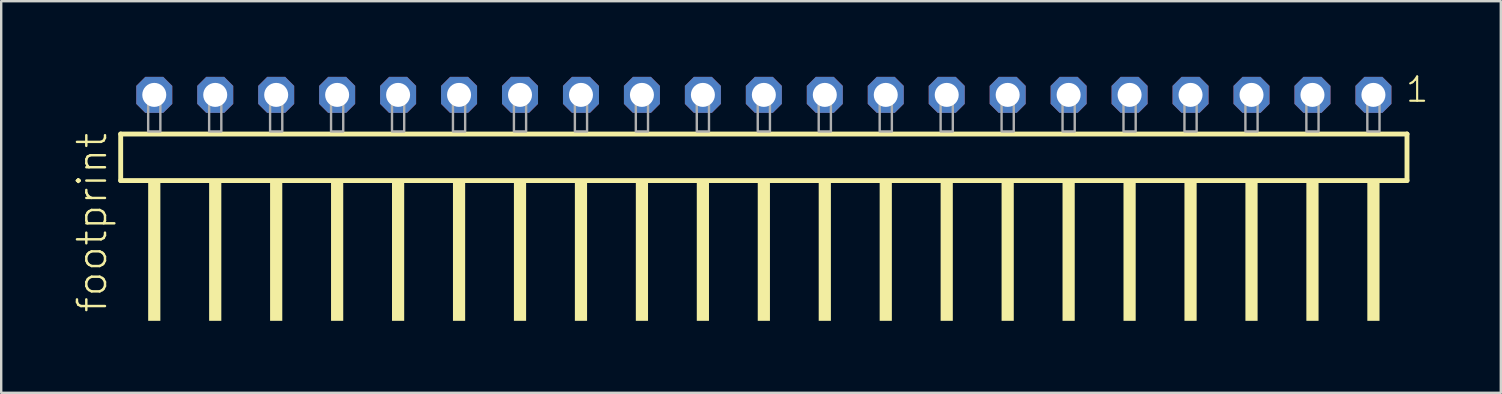
<source format=kicad_pcb>
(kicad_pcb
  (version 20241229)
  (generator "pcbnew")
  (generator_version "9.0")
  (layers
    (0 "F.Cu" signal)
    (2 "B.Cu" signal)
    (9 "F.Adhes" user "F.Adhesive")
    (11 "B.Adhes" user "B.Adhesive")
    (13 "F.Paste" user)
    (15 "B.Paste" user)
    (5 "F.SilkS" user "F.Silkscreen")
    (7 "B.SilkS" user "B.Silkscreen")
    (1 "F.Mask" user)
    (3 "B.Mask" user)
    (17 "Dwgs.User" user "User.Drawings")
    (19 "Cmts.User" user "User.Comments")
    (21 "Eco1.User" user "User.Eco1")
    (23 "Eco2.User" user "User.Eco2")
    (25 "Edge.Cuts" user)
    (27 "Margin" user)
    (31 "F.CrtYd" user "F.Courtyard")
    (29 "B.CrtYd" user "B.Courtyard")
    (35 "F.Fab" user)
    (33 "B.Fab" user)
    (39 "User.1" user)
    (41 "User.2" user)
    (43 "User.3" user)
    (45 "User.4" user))
  (footprint "footprint"
    (layer "F.Cu")
    (at 28.778 2.428)
    (property "Reference" "footprint" (at -27.305 7.62 90) (layer "F.SilkS") (effects (font (size 1.168 1.168) (thickness 0.102)) (justify left bottom)))
    (fp_line (start -26.799 0.106) (end -26.799 2.046) (stroke (width 0.203) (type solid)) (layer "F.SilkS"))
    (fp_line (start -26.799 2.046) (end 26.799 2.046) (stroke (width 0.203) (type solid)) (layer "F.SilkS"))
    (fp_line (start 26.799 0.106) (end -26.799 0.106) (stroke (width 0.203) (type solid)) (layer "F.SilkS"))
    (fp_line (start 26.799 2.046) (end 26.799 0.106) (stroke (width 0.203) (type solid)) (layer "F.SilkS"))
    (fp_poly (pts (xy -25.654 7.89) (xy -25.146 7.89) (xy -25.146 2.04) (xy -25.654 2.04)) (stroke (width 0) (type solid)) (fill yes) (layer "F.SilkS"))
    (fp_poly (pts (xy -23.114 7.89) (xy -22.606 7.89) (xy -22.606 2.04) (xy -23.114 2.04)) (stroke (width 0) (type solid)) (fill yes) (layer "F.SilkS"))
    (fp_poly (pts (xy -20.574 7.89) (xy -20.066 7.89) (xy -20.066 2.04) (xy -20.574 2.04)) (stroke (width 0) (type solid)) (fill yes) (layer "F.SilkS"))
    (fp_poly (pts (xy -18.034 7.89) (xy -17.526 7.89) (xy -17.526 2.04) (xy -18.034 2.04)) (stroke (width 0) (type solid)) (fill yes) (layer "F.SilkS"))
    (fp_poly (pts (xy -15.494 7.89) (xy -14.986 7.89) (xy -14.986 2.04) (xy -15.494 2.04)) (stroke (width 0) (type solid)) (fill yes) (layer "F.SilkS"))
    (fp_poly (pts (xy -12.954 7.89) (xy -12.446 7.89) (xy -12.446 2.04) (xy -12.954 2.04)) (stroke (width 0) (type solid)) (fill yes) (layer "F.SilkS"))
    (fp_poly (pts (xy -10.414 7.89) (xy -9.906 7.89) (xy -9.906 2.04) (xy -10.414 2.04)) (stroke (width 0) (type solid)) (fill yes) (layer "F.SilkS"))
    (fp_poly (pts (xy -7.874 7.89) (xy -7.366 7.89) (xy -7.366 2.04) (xy -7.874 2.04)) (stroke (width 0) (type solid)) (fill yes) (layer "F.SilkS"))
    (fp_poly (pts (xy -5.334 7.89) (xy -4.826 7.89) (xy -4.826 2.04) (xy -5.334 2.04)) (stroke (width 0) (type solid)) (fill yes) (layer "F.SilkS"))
    (fp_poly (pts (xy -2.794 7.89) (xy -2.286 7.89) (xy -2.286 2.04) (xy -2.794 2.04)) (stroke (width 0) (type solid)) (fill yes) (layer "F.SilkS"))
    (fp_poly (pts (xy -0.254 7.89) (xy 0.254 7.89) (xy 0.254 2.04) (xy -0.254 2.04)) (stroke (width 0) (type solid)) (fill yes) (layer "F.SilkS"))
    (fp_poly (pts (xy 2.286 7.89) (xy 2.794 7.89) (xy 2.794 2.04) (xy 2.286 2.04)) (stroke (width 0) (type solid)) (fill yes) (layer "F.SilkS"))
    (fp_poly (pts (xy 4.826 7.89) (xy 5.334 7.89) (xy 5.334 2.04) (xy 4.826 2.04)) (stroke (width 0) (type solid)) (fill yes) (layer "F.SilkS"))
    (fp_poly (pts (xy 7.366 7.89) (xy 7.874 7.89) (xy 7.874 2.04) (xy 7.366 2.04)) (stroke (width 0) (type solid)) (fill yes) (layer "F.SilkS"))
    (fp_poly (pts (xy 9.906 7.89) (xy 10.414 7.89) (xy 10.414 2.04) (xy 9.906 2.04)) (stroke (width 0) (type solid)) (fill yes) (layer "F.SilkS"))
    (fp_poly (pts (xy 12.446 7.89) (xy 12.954 7.89) (xy 12.954 2.04) (xy 12.446 2.04)) (stroke (width 0) (type solid)) (fill yes) (layer "F.SilkS"))
    (fp_poly (pts (xy 14.986 7.89) (xy 15.494 7.89) (xy 15.494 2.04) (xy 14.986 2.04)) (stroke (width 0) (type solid)) (fill yes) (layer "F.SilkS"))
    (fp_poly (pts (xy 17.526 7.89) (xy 18.034 7.89) (xy 18.034 2.04) (xy 17.526 2.04)) (stroke (width 0) (type solid)) (fill yes) (layer "F.SilkS"))
    (fp_poly (pts (xy 20.066 7.89) (xy 20.574 7.89) (xy 20.574 2.04) (xy 20.066 2.04)) (stroke (width 0) (type solid)) (fill yes) (layer "F.SilkS"))
    (fp_poly (pts (xy 22.606 7.89) (xy 23.114 7.89) (xy 23.114 2.04) (xy 22.606 2.04)) (stroke (width 0) (type solid)) (fill yes) (layer "F.SilkS"))
    (fp_poly (pts (xy 25.146 7.89) (xy 25.654 7.89) (xy 25.654 2.04) (xy 25.146 2.04)) (stroke (width 0) (type solid)) (fill yes) (layer "F.SilkS"))
    (fp_poly (pts (xy -25.654 0) (xy -25.146 0) (xy -25.146 -1.778) (xy -25.654 -1.778)) (stroke (width 0.1) (type solid)) (fill no) (layer "F.Fab"))
    (fp_poly (pts (xy -23.114 0) (xy -22.606 0) (xy -22.606 -1.778) (xy -23.114 -1.778)) (stroke (width 0.1) (type solid)) (fill no) (layer "F.Fab"))
    (fp_poly (pts (xy -20.574 0) (xy -20.066 0) (xy -20.066 -1.778) (xy -20.574 -1.778)) (stroke (width 0.1) (type solid)) (fill no) (layer "F.Fab"))
    (fp_poly (pts (xy -18.034 0) (xy -17.526 0) (xy -17.526 -1.778) (xy -18.034 -1.778)) (stroke (width 0.1) (type solid)) (fill no) (layer "F.Fab"))
    (fp_poly (pts (xy -15.494 0) (xy -14.986 0) (xy -14.986 -1.778) (xy -15.494 -1.778)) (stroke (width 0.1) (type solid)) (fill no) (layer "F.Fab"))
    (fp_poly (pts (xy -12.954 0) (xy -12.446 0) (xy -12.446 -1.778) (xy -12.954 -1.778)) (stroke (width 0.1) (type solid)) (fill no) (layer "F.Fab"))
    (fp_poly (pts (xy -10.414 0) (xy -9.906 0) (xy -9.906 -1.778) (xy -10.414 -1.778)) (stroke (width 0.1) (type solid)) (fill no) (layer "F.Fab"))
    (fp_poly (pts (xy -7.874 0) (xy -7.366 0) (xy -7.366 -1.778) (xy -7.874 -1.778)) (stroke (width 0.1) (type solid)) (fill no) (layer "F.Fab"))
    (fp_poly (pts (xy -5.334 0) (xy -4.826 0) (xy -4.826 -1.778) (xy -5.334 -1.778)) (stroke (width 0.1) (type solid)) (fill no) (layer "F.Fab"))
    (fp_poly (pts (xy -2.794 0) (xy -2.286 0) (xy -2.286 -1.778) (xy -2.794 -1.778)) (stroke (width 0.1) (type solid)) (fill no) (layer "F.Fab"))
    (fp_poly (pts (xy -0.254 0) (xy 0.254 0) (xy 0.254 -1.778) (xy -0.254 -1.778)) (stroke (width 0.1) (type solid)) (fill no) (layer "F.Fab"))
    (fp_poly (pts (xy 2.286 0) (xy 2.794 0) (xy 2.794 -1.778) (xy 2.286 -1.778)) (stroke (width 0.1) (type solid)) (fill no) (layer "F.Fab"))
    (fp_poly (pts (xy 4.826 0) (xy 5.334 0) (xy 5.334 -1.778) (xy 4.826 -1.778)) (stroke (width 0.1) (type solid)) (fill no) (layer "F.Fab"))
    (fp_poly (pts (xy 7.366 0) (xy 7.874 0) (xy 7.874 -1.778) (xy 7.366 -1.778)) (stroke (width 0.1) (type solid)) (fill no) (layer "F.Fab"))
    (fp_poly (pts (xy 9.906 0) (xy 10.414 0) (xy 10.414 -1.778) (xy 9.906 -1.778)) (stroke (width 0.1) (type solid)) (fill no) (layer "F.Fab"))
    (fp_poly (pts (xy 12.446 0) (xy 12.954 0) (xy 12.954 -1.778) (xy 12.446 -1.778)) (stroke (width 0.1) (type solid)) (fill no) (layer "F.Fab"))
    (fp_poly (pts (xy 14.986 0) (xy 15.494 0) (xy 15.494 -1.778) (xy 14.986 -1.778)) (stroke (width 0.1) (type solid)) (fill no) (layer "F.Fab"))
    (fp_poly (pts (xy 17.526 0) (xy 18.034 0) (xy 18.034 -1.778) (xy 17.526 -1.778)) (stroke (width 0.1) (type solid)) (fill no) (layer "F.Fab"))
    (fp_poly (pts (xy 20.066 0) (xy 20.574 0) (xy 20.574 -1.778) (xy 20.066 -1.778)) (stroke (width 0.1) (type solid)) (fill no) (layer "F.Fab"))
    (fp_poly (pts (xy 22.606 0) (xy 23.114 0) (xy 23.114 -1.778) (xy 22.606 -1.778)) (stroke (width 0.1) (type solid)) (fill no) (layer "F.Fab"))
    (fp_poly (pts (xy 25.146 0) (xy 25.654 0) (xy 25.654 -1.778) (xy 25.146 -1.778)) (stroke (width 0.1) (type solid)) (fill no) (layer "F.Fab"))
    (fp_text user "1" (at 26.682 -1.152 0) (layer "F.SilkS") (effects (font (size 1.012 1.012) (thickness 0.088)) (justify left bottom)))
    (pad "1" thru_hole roundrect (at 25.4 -1.524 180) (size 1.5 1.5) (drill 1) (layers "*.Cu" "*.Mask") (roundrect_rratio 0.25) (chamfer_ratio 0.25) (chamfer top_left top_right bottom_left bottom_right))
    (pad "2" thru_hole roundrect (at 22.86 -1.524 180) (size 1.5 1.5) (drill 1) (layers "*.Cu" "*.Mask") (roundrect_rratio 0.25) (chamfer_ratio 0.25) (chamfer top_left top_right bottom_left bottom_right))
    (pad "3" thru_hole roundrect (at 20.32 -1.524 180) (size 1.5 1.5) (drill 1) (layers "*.Cu" "*.Mask") (roundrect_rratio 0.25) (chamfer_ratio 0.25) (chamfer top_left top_right bottom_left bottom_right))
    (pad "4" thru_hole roundrect (at 17.78 -1.524 180) (size 1.5 1.5) (drill 1) (layers "*.Cu" "*.Mask") (roundrect_rratio 0.25) (chamfer_ratio 0.25) (chamfer top_left top_right bottom_left bottom_right))
    (pad "5" thru_hole roundrect (at 15.24 -1.524 180) (size 1.5 1.5) (drill 1) (layers "*.Cu" "*.Mask") (roundrect_rratio 0.25) (chamfer_ratio 0.25) (chamfer top_left top_right bottom_left bottom_right))
    (pad "6" thru_hole roundrect (at 12.7 -1.524 180) (size 1.5 1.5) (drill 1) (layers "*.Cu" "*.Mask") (roundrect_rratio 0.25) (chamfer_ratio 0.25) (chamfer top_left top_right bottom_left bottom_right))
    (pad "7" thru_hole roundrect (at 10.16 -1.524 180) (size 1.5 1.5) (drill 1) (layers "*.Cu" "*.Mask") (roundrect_rratio 0.25) (chamfer_ratio 0.25) (chamfer top_left top_right bottom_left bottom_right))
    (pad "8" thru_hole roundrect (at 7.62 -1.524 180) (size 1.5 1.5) (drill 1) (layers "*.Cu" "*.Mask") (roundrect_rratio 0.25) (chamfer_ratio 0.25) (chamfer top_left top_right bottom_left bottom_right))
    (pad "9" thru_hole roundrect (at 5.08 -1.524 180) (size 1.5 1.5) (drill 1) (layers "*.Cu" "*.Mask") (roundrect_rratio 0.25) (chamfer_ratio 0.25) (chamfer top_left top_right bottom_left bottom_right))
    (pad "10" thru_hole roundrect (at 2.54 -1.524 180) (size 1.5 1.5) (drill 1) (layers "*.Cu" "*.Mask") (roundrect_rratio 0.25) (chamfer_ratio 0.25) (chamfer top_left top_right bottom_left bottom_right))
    (pad "11" thru_hole roundrect (at 0 -1.524 180) (size 1.5 1.5) (drill 1) (layers "*.Cu" "*.Mask") (roundrect_rratio 0.25) (chamfer_ratio 0.25) (chamfer top_left top_right bottom_left bottom_right))
    (pad "12" thru_hole roundrect (at -2.54 -1.524 180) (size 1.5 1.5) (drill 1) (layers "*.Cu" "*.Mask") (roundrect_rratio 0.25) (chamfer_ratio 0.25) (chamfer top_left top_right bottom_left bottom_right))
    (pad "13" thru_hole roundrect (at -5.08 -1.524 180) (size 1.5 1.5) (drill 1) (layers "*.Cu" "*.Mask") (roundrect_rratio 0.25) (chamfer_ratio 0.25) (chamfer top_left top_right bottom_left bottom_right))
    (pad "14" thru_hole roundrect (at -7.62 -1.524 180) (size 1.5 1.5) (drill 1) (layers "*.Cu" "*.Mask") (roundrect_rratio 0.25) (chamfer_ratio 0.25) (chamfer top_left top_right bottom_left bottom_right))
    (pad "15" thru_hole roundrect (at -10.16 -1.524 180) (size 1.5 1.5) (drill 1) (layers "*.Cu" "*.Mask") (roundrect_rratio 0.25) (chamfer_ratio 0.25) (chamfer top_left top_right bottom_left bottom_right))
    (pad "16" thru_hole roundrect (at -12.7 -1.524 180) (size 1.5 1.5) (drill 1) (layers "*.Cu" "*.Mask") (roundrect_rratio 0.25) (chamfer_ratio 0.25) (chamfer top_left top_right bottom_left bottom_right))
    (pad "17" thru_hole roundrect (at -15.24 -1.524 180) (size 1.5 1.5) (drill 1) (layers "*.Cu" "*.Mask") (roundrect_rratio 0.25) (chamfer_ratio 0.25) (chamfer top_left top_right bottom_left bottom_right))
    (pad "18" thru_hole roundrect (at -17.78 -1.524 180) (size 1.5 1.5) (drill 1) (layers "*.Cu" "*.Mask") (roundrect_rratio 0.25) (chamfer_ratio 0.25) (chamfer top_left top_right bottom_left bottom_right))
    (pad "19" thru_hole roundrect (at -20.32 -1.524 180) (size 1.5 1.5) (drill 1) (layers "*.Cu" "*.Mask") (roundrect_rratio 0.25) (chamfer_ratio 0.25) (chamfer top_left top_right bottom_left bottom_right))
    (pad "20" thru_hole roundrect (at -22.86 -1.524 180) (size 1.5 1.5) (drill 1) (layers "*.Cu" "*.Mask") (roundrect_rratio 0.25) (chamfer_ratio 0.25) (chamfer top_left top_right bottom_left bottom_right))
    (pad "21" thru_hole roundrect (at -25.4 -1.524 180) (size 1.5 1.5) (drill 1) (layers "*.Cu" "*.Mask") (roundrect_rratio 0.25) (chamfer_ratio 0.25) (chamfer top_left top_right bottom_left bottom_right)))
  (gr_rect
    (start -3 -3)
    (end 59.486 13.318)
    (stroke (width 0.1) (type default))
    (fill no)
    (layer "Edge.Cuts")))
</source>
